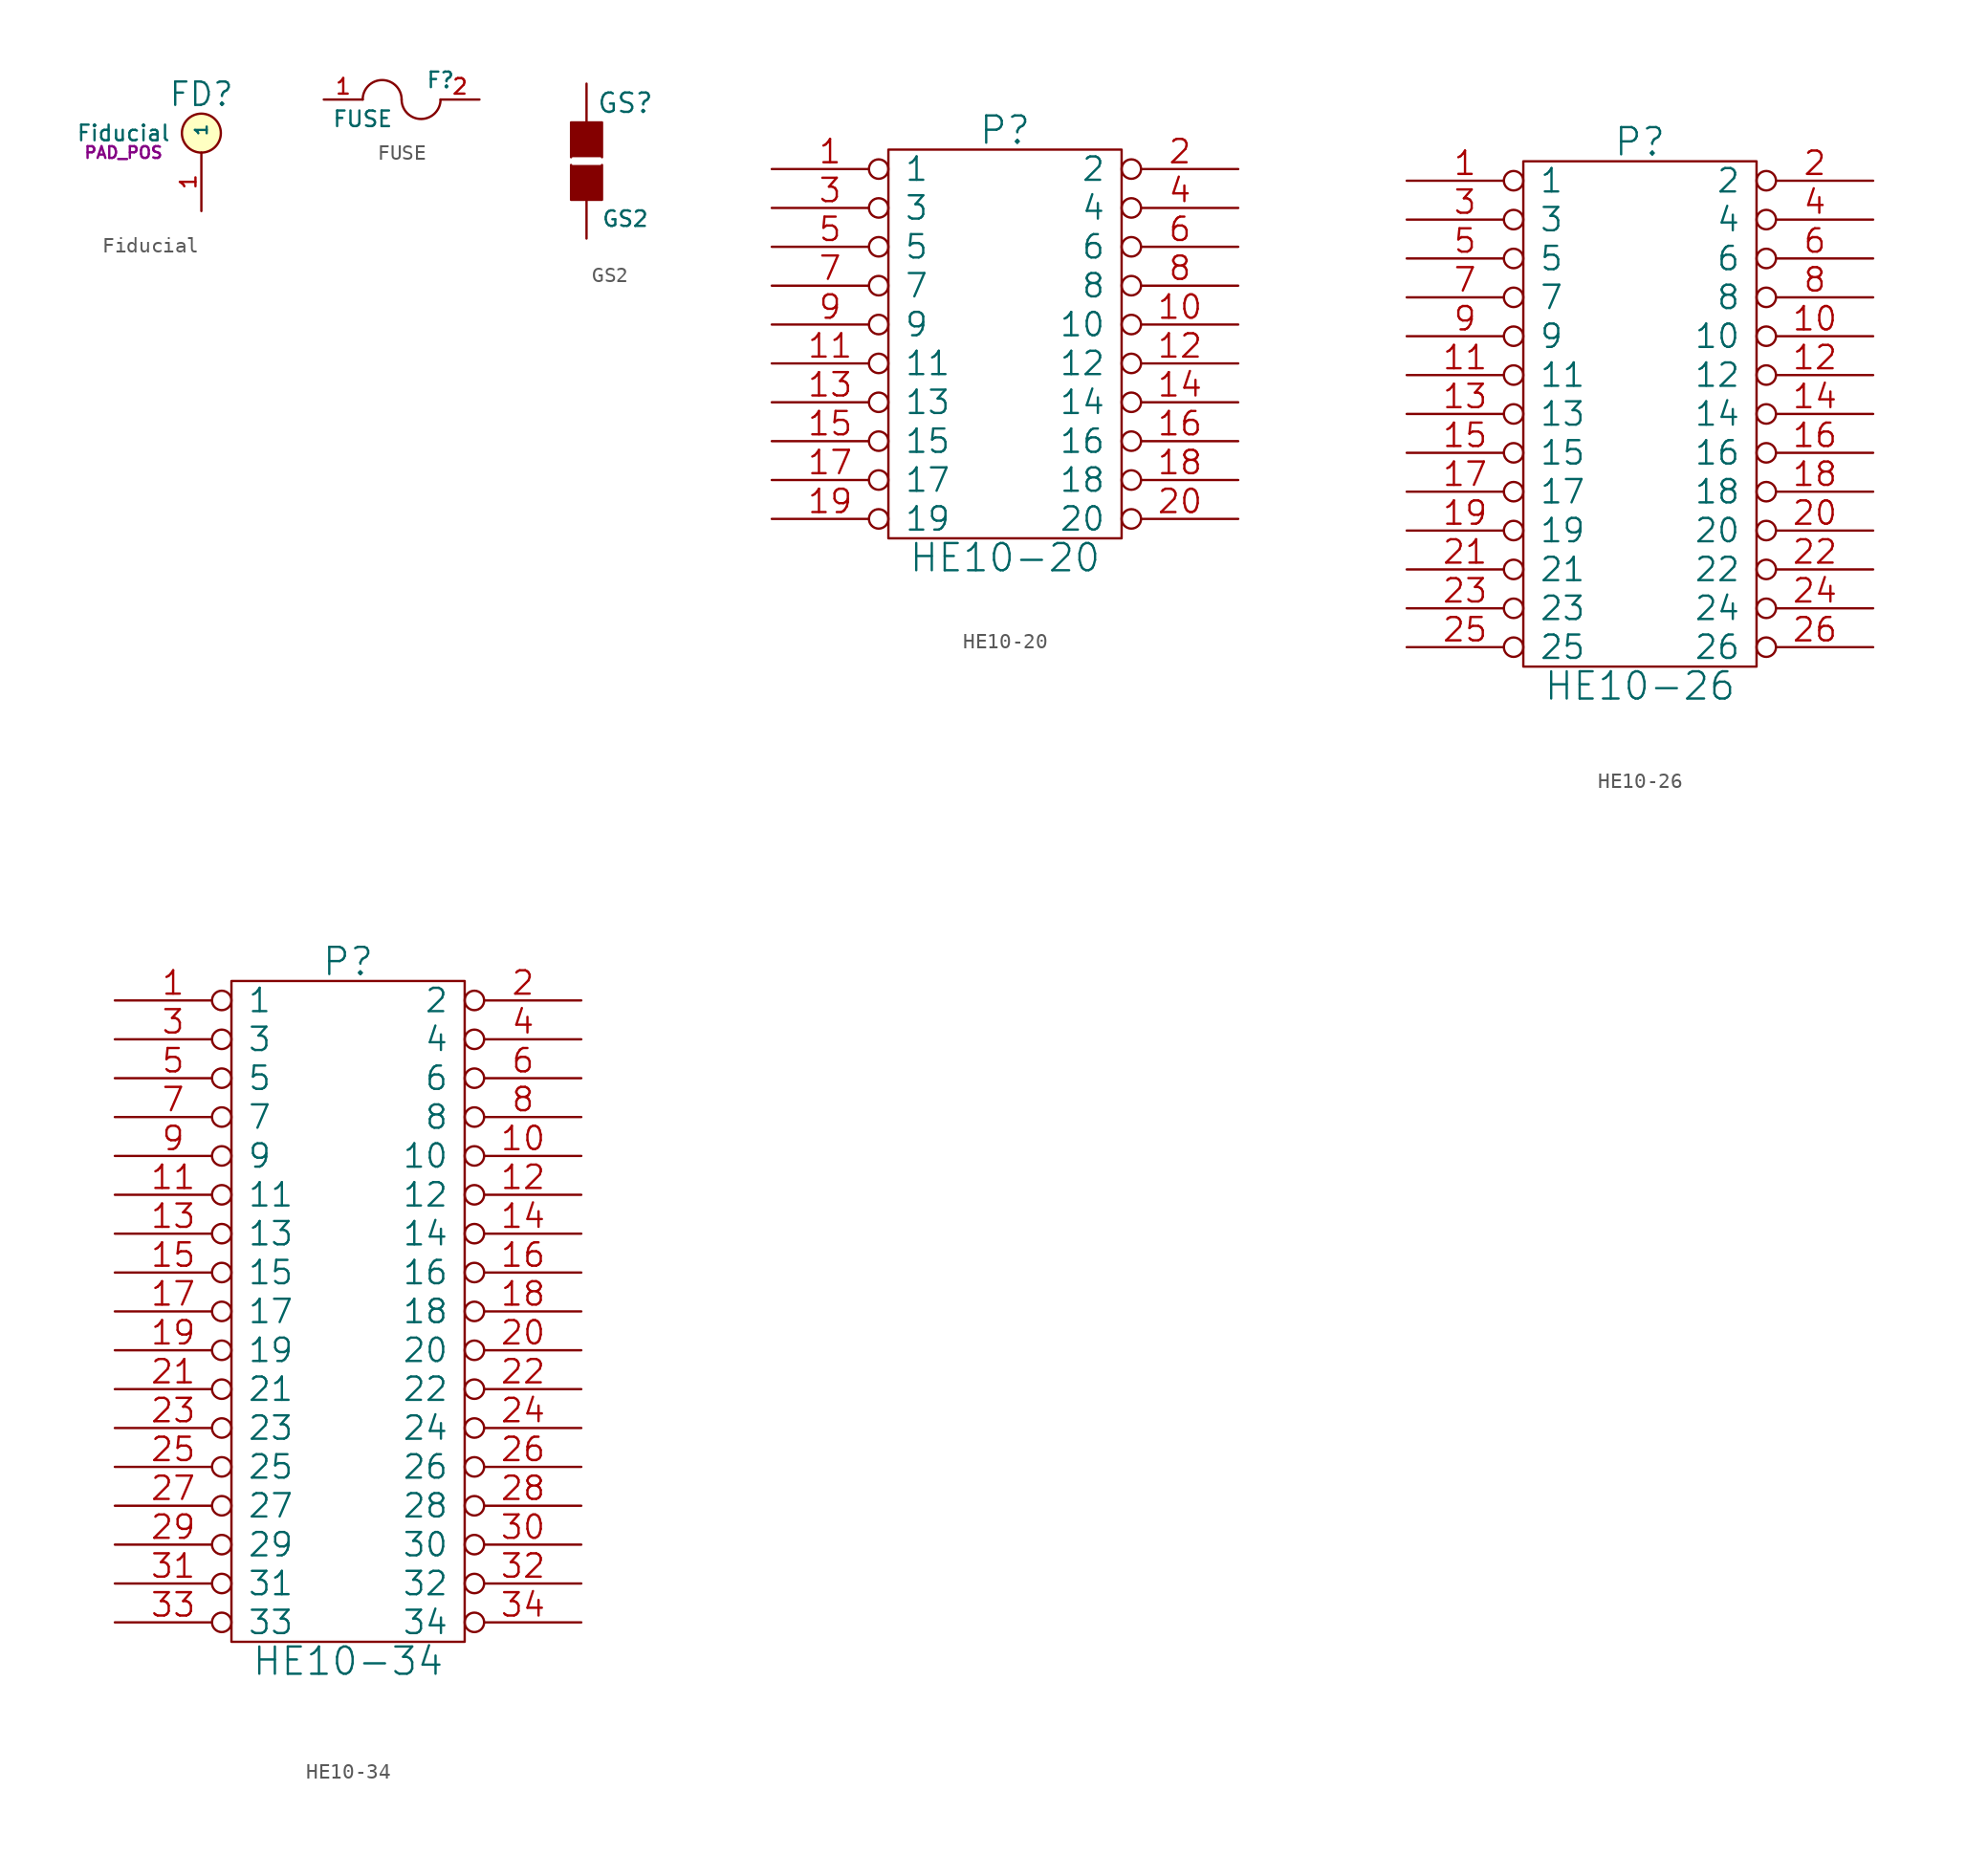
<source format=kicad_sym>
(kicad_symbol_lib
  (version 20220914)
  (generator kicad_symbol_editor)
  (symbol "Fiducial"
    (pin_names
      (offset 1.016))
    (property "Reference" "FD"
      (at 0 6.35 0)
      (effects (font (size 1.524 1.524))))
    (property "Value" "Fiducial"
      (at -5.08 3.81 0)
      (effects (font (size 1.016 1.016))))
    (property "Footprint" "PAD_POS"
      (at -5.08 2.54 0)
      (effects (font (size 0.762 0.762))))
    (property "Datasheet" ""
      (at 0 0 0)
      (effects (font (size 1.524 1.524))))
    (symbol "Fiducial_0_1"
      (circle (center 0 3.81) (radius 1.27) (stroke (width 0) (type default)) (fill (type background))))
    (symbol "Fiducial_1_1"
      (pin passive line (at 0 -1.27 90) (length 3.81) (name "1" (effects (font (size 0.762 0.762)))) (number "1" (effects (font (size 1.016 1.016)))))))
  (symbol "FUSE"
    (pin_names
      (offset 0.254))
    (property "Reference" "F"
      (at 2.54 1.27 0)
      (effects (font (size 1.016 1.016))))
    (property "Value" "FUSE"
      (at -2.54 -1.27 0)
      (effects (font (size 1.016 1.016))))
    (property "Footprint" ""
      (at 0 0 0)
      (effects (font (size 1.524 1.524))))
    (property "Datasheet" ""
      (at 0 0 0)
      (effects (font (size 1.524 1.524))))
    (symbol "FUSE_0_1"
      (arc (start 0 0) (mid -1.27 1.2645) (end -2.54 0) (stroke (width 0) (type default)) (fill (type none)))
      (arc (start 0 0) (mid 1.27 -1.2645) (end 2.54 0) (stroke (width 0) (type default)) (fill (type none))))
    (symbol "FUSE_1_1"
      (pin input line (at -5.08 0 0) (length 2.54) (name "~" (effects (font (size 1.016 1.016)))) (number "1" (effects (font (size 1.016 1.016)))))
      (pin input line (at 5.08 0 180) (length 2.54) (name "~" (effects (font (size 1.016 1.016)))) (number "2" (effects (font (size 1.016 1.016)))))))
  (symbol "GS2"
    (pin_numbers hide)
    (pin_names
      (offset 1.016) hide)
    (property "Reference" "GS"
      (at 2.54 3.81 0)
      (effects (font (size 1.27 1.27))))
    (property "Value" "GS2"
      (at 2.54 -3.785 0)
      (effects (font (size 1.016 1.016))))
    (property "Footprint" ""
      (at 0 0 0)
      (effects (font (size 1.524 1.524))))
    (property "Datasheet" ""
      (at 0 0 0)
      (effects (font (size 1.524 1.524))))
    (symbol "GS2_0_1"
      (polyline (pts (xy -1.016 -0.254) (xy -1.016 -2.54) (xy 1.016 -2.54) (xy 1.016 -0.254)) (stroke (width 0) (type default)) (fill (type outline)))
      (polyline (pts (xy -1.016 0.254) (xy -1.016 2.54) (xy 1.016 2.54) (xy 1.016 0.254)) (stroke (width 0) (type default)) (fill (type outline))))
    (symbol "GS2_1_1"
      (pin passive line (at 0 5.08 270) (length 2.54) (name "G1" (effects (font (size 1.524 1.524)))) (number "1" (effects (font (size 1.524 1.524)))))
      (pin passive line (at 0 -5.08 90) (length 2.54) (name "G2" (effects (font (size 1.524 1.524)))) (number "2" (effects (font (size 1.524 1.524)))))))
  (symbol "HE10-20"
    (pin_names
      (offset 1.016))
    (property "Reference" "P"
      (at 0 13.97 0)
      (effects (font (size 1.778 1.778))))
    (property "Value" "HE10-20"
      (at 0 -13.97 0)
      (effects (font (size 1.778 1.778))))
    (property "Footprint" ""
      (at 0 0 0)
      (effects (font (size 1.524 1.524))))
    (property "Datasheet" ""
      (at 0 0 0)
      (effects (font (size 1.524 1.524))))
    (symbol "HE10-20_0_1"
      (rectangle (start -7.62 12.7) (end 7.62 -12.7) (stroke (width 0) (type default)) (fill (type none))))
    (symbol "HE10-20_1_1"
      (pin passive inverted (at -15.24 11.43 0) (length 7.62) (name "1" (effects (font (size 1.524 1.524)))) (number "1" (effects (font (size 1.524 1.524)))))
      (pin passive inverted (at 15.24 1.27 180) (length 7.62) (name "10" (effects (font (size 1.524 1.524)))) (number "10" (effects (font (size 1.524 1.524)))))
      (pin passive inverted (at -15.24 -1.27 0) (length 7.62) (name "11" (effects (font (size 1.524 1.524)))) (number "11" (effects (font (size 1.524 1.524)))))
      (pin passive inverted (at 15.24 -1.27 180) (length 7.62) (name "12" (effects (font (size 1.524 1.524)))) (number "12" (effects (font (size 1.524 1.524)))))
      (pin passive inverted (at -15.24 -3.81 0) (length 7.62) (name "13" (effects (font (size 1.524 1.524)))) (number "13" (effects (font (size 1.524 1.524)))))
      (pin passive inverted (at 15.24 -3.81 180) (length 7.62) (name "14" (effects (font (size 1.524 1.524)))) (number "14" (effects (font (size 1.524 1.524)))))
      (pin passive inverted (at -15.24 -6.35 0) (length 7.62) (name "15" (effects (font (size 1.524 1.524)))) (number "15" (effects (font (size 1.524 1.524)))))
      (pin passive inverted (at 15.24 -6.35 180) (length 7.62) (name "16" (effects (font (size 1.524 1.524)))) (number "16" (effects (font (size 1.524 1.524)))))
      (pin passive inverted (at -15.24 -8.89 0) (length 7.62) (name "17" (effects (font (size 1.524 1.524)))) (number "17" (effects (font (size 1.524 1.524)))))
      (pin passive inverted (at 15.24 -8.89 180) (length 7.62) (name "18" (effects (font (size 1.524 1.524)))) (number "18" (effects (font (size 1.524 1.524)))))
      (pin passive inverted (at -15.24 -11.43 0) (length 7.62) (name "19" (effects (font (size 1.524 1.524)))) (number "19" (effects (font (size 1.524 1.524)))))
      (pin passive inverted (at 15.24 11.43 180) (length 7.62) (name "2" (effects (font (size 1.524 1.524)))) (number "2" (effects (font (size 1.524 1.524)))))
      (pin passive inverted (at 15.24 -11.43 180) (length 7.62) (name "20" (effects (font (size 1.524 1.524)))) (number "20" (effects (font (size 1.524 1.524)))))
      (pin passive inverted (at -15.24 8.89 0) (length 7.62) (name "3" (effects (font (size 1.524 1.524)))) (number "3" (effects (font (size 1.524 1.524)))))
      (pin passive inverted (at 15.24 8.89 180) (length 7.62) (name "4" (effects (font (size 1.524 1.524)))) (number "4" (effects (font (size 1.524 1.524)))))
      (pin passive inverted (at -15.24 6.35 0) (length 7.62) (name "5" (effects (font (size 1.524 1.524)))) (number "5" (effects (font (size 1.524 1.524)))))
      (pin passive inverted (at 15.24 6.35 180) (length 7.62) (name "6" (effects (font (size 1.524 1.524)))) (number "6" (effects (font (size 1.524 1.524)))))
      (pin passive inverted (at -15.24 3.81 0) (length 7.62) (name "7" (effects (font (size 1.524 1.524)))) (number "7" (effects (font (size 1.524 1.524)))))
      (pin passive inverted (at 15.24 3.81 180) (length 7.62) (name "8" (effects (font (size 1.524 1.524)))) (number "8" (effects (font (size 1.524 1.524)))))
      (pin passive inverted (at -15.24 1.27 0) (length 7.62) (name "9" (effects (font (size 1.524 1.524)))) (number "9" (effects (font (size 1.524 1.524)))))))
  (symbol "HE10-26"
    (pin_names
      (offset 1.016))
    (property "Reference" "P"
      (at 0 19.05 0)
      (effects (font (size 1.778 1.778))))
    (property "Value" "HE10-26"
      (at 0 -16.51 0)
      (effects (font (size 1.778 1.778))))
    (property "Footprint" ""
      (at 0 0 0)
      (effects (font (size 1.524 1.524))))
    (property "Datasheet" ""
      (at 0 0 0)
      (effects (font (size 1.524 1.524))))
    (symbol "HE10-26_0_1"
      (rectangle (start -7.62 17.78) (end 7.62 -15.24) (stroke (width 0) (type default)) (fill (type none))))
    (symbol "HE10-26_1_1"
      (pin passive inverted (at -15.24 16.51 0) (length 7.62) (name "1" (effects (font (size 1.524 1.524)))) (number "1" (effects (font (size 1.524 1.524)))))
      (pin passive inverted (at 15.24 6.35 180) (length 7.62) (name "10" (effects (font (size 1.524 1.524)))) (number "10" (effects (font (size 1.524 1.524)))))
      (pin passive inverted (at -15.24 3.81 0) (length 7.62) (name "11" (effects (font (size 1.524 1.524)))) (number "11" (effects (font (size 1.524 1.524)))))
      (pin passive inverted (at 15.24 3.81 180) (length 7.62) (name "12" (effects (font (size 1.524 1.524)))) (number "12" (effects (font (size 1.524 1.524)))))
      (pin passive inverted (at -15.24 1.27 0) (length 7.62) (name "13" (effects (font (size 1.524 1.524)))) (number "13" (effects (font (size 1.524 1.524)))))
      (pin passive inverted (at 15.24 1.27 180) (length 7.62) (name "14" (effects (font (size 1.524 1.524)))) (number "14" (effects (font (size 1.524 1.524)))))
      (pin passive inverted (at -15.24 -1.27 0) (length 7.62) (name "15" (effects (font (size 1.524 1.524)))) (number "15" (effects (font (size 1.524 1.524)))))
      (pin passive inverted (at 15.24 -1.27 180) (length 7.62) (name "16" (effects (font (size 1.524 1.524)))) (number "16" (effects (font (size 1.524 1.524)))))
      (pin passive inverted (at -15.24 -3.81 0) (length 7.62) (name "17" (effects (font (size 1.524 1.524)))) (number "17" (effects (font (size 1.524 1.524)))))
      (pin passive inverted (at 15.24 -3.81 180) (length 7.62) (name "18" (effects (font (size 1.524 1.524)))) (number "18" (effects (font (size 1.524 1.524)))))
      (pin passive inverted (at -15.24 -6.35 0) (length 7.62) (name "19" (effects (font (size 1.524 1.524)))) (number "19" (effects (font (size 1.524 1.524)))))
      (pin passive inverted (at 15.24 16.51 180) (length 7.62) (name "2" (effects (font (size 1.524 1.524)))) (number "2" (effects (font (size 1.524 1.524)))))
      (pin passive inverted (at 15.24 -6.35 180) (length 7.62) (name "20" (effects (font (size 1.524 1.524)))) (number "20" (effects (font (size 1.524 1.524)))))
      (pin passive inverted (at -15.24 -8.89 0) (length 7.62) (name "21" (effects (font (size 1.524 1.524)))) (number "21" (effects (font (size 1.524 1.524)))))
      (pin passive inverted (at 15.24 -8.89 180) (length 7.62) (name "22" (effects (font (size 1.524 1.524)))) (number "22" (effects (font (size 1.524 1.524)))))
      (pin passive inverted (at -15.24 -11.43 0) (length 7.62) (name "23" (effects (font (size 1.524 1.524)))) (number "23" (effects (font (size 1.524 1.524)))))
      (pin passive inverted (at 15.24 -11.43 180) (length 7.62) (name "24" (effects (font (size 1.524 1.524)))) (number "24" (effects (font (size 1.524 1.524)))))
      (pin passive inverted (at -15.24 -13.97 0) (length 7.62) (name "25" (effects (font (size 1.524 1.524)))) (number "25" (effects (font (size 1.524 1.524)))))
      (pin passive inverted (at 15.24 -13.97 180) (length 7.62) (name "26" (effects (font (size 1.524 1.524)))) (number "26" (effects (font (size 1.524 1.524)))))
      (pin passive inverted (at -15.24 13.97 0) (length 7.62) (name "3" (effects (font (size 1.524 1.524)))) (number "3" (effects (font (size 1.524 1.524)))))
      (pin passive inverted (at 15.24 13.97 180) (length 7.62) (name "4" (effects (font (size 1.524 1.524)))) (number "4" (effects (font (size 1.524 1.524)))))
      (pin passive inverted (at -15.24 11.43 0) (length 7.62) (name "5" (effects (font (size 1.524 1.524)))) (number "5" (effects (font (size 1.524 1.524)))))
      (pin passive inverted (at 15.24 11.43 180) (length 7.62) (name "6" (effects (font (size 1.524 1.524)))) (number "6" (effects (font (size 1.524 1.524)))))
      (pin passive inverted (at -15.24 8.89 0) (length 7.62) (name "7" (effects (font (size 1.524 1.524)))) (number "7" (effects (font (size 1.524 1.524)))))
      (pin passive inverted (at 15.24 8.89 180) (length 7.62) (name "8" (effects (font (size 1.524 1.524)))) (number "8" (effects (font (size 1.524 1.524)))))
      (pin passive inverted (at -15.24 6.35 0) (length 7.62) (name "9" (effects (font (size 1.524 1.524)))) (number "9" (effects (font (size 1.524 1.524)))))))
  (symbol "HE10-34"
    (pin_names
      (offset 1.016))
    (property "Reference" "P"
      (at 0 22.86 0)
      (effects (font (size 1.778 1.778))))
    (property "Value" "HE10-34"
      (at 0 -22.86 0)
      (effects (font (size 1.778 1.778))))
    (property "Footprint" ""
      (at 0 0 0)
      (effects (font (size 1.524 1.524))))
    (property "Datasheet" ""
      (at 0 0 0)
      (effects (font (size 1.524 1.524))))
    (symbol "HE10-34_0_1"
      (rectangle (start -7.62 21.59) (end 7.62 -21.59) (stroke (width 0) (type default)) (fill (type none))))
    (symbol "HE10-34_1_1"
      (pin passive inverted (at -15.24 20.32 0) (length 7.62) (name "1" (effects (font (size 1.524 1.524)))) (number "1" (effects (font (size 1.524 1.524)))))
      (pin passive inverted (at 15.24 10.16 180) (length 7.62) (name "10" (effects (font (size 1.524 1.524)))) (number "10" (effects (font (size 1.524 1.524)))))
      (pin passive inverted (at -15.24 7.62 0) (length 7.62) (name "11" (effects (font (size 1.524 1.524)))) (number "11" (effects (font (size 1.524 1.524)))))
      (pin passive inverted (at 15.24 7.62 180) (length 7.62) (name "12" (effects (font (size 1.524 1.524)))) (number "12" (effects (font (size 1.524 1.524)))))
      (pin passive inverted (at -15.24 5.08 0) (length 7.62) (name "13" (effects (font (size 1.524 1.524)))) (number "13" (effects (font (size 1.524 1.524)))))
      (pin passive inverted (at 15.24 5.08 180) (length 7.62) (name "14" (effects (font (size 1.524 1.524)))) (number "14" (effects (font (size 1.524 1.524)))))
      (pin passive inverted (at -15.24 2.54 0) (length 7.62) (name "15" (effects (font (size 1.524 1.524)))) (number "15" (effects (font (size 1.524 1.524)))))
      (pin passive inverted (at 15.24 2.54 180) (length 7.62) (name "16" (effects (font (size 1.524 1.524)))) (number "16" (effects (font (size 1.524 1.524)))))
      (pin passive inverted (at -15.24 0 0) (length 7.62) (name "17" (effects (font (size 1.524 1.524)))) (number "17" (effects (font (size 1.524 1.524)))))
      (pin passive inverted (at 15.24 0 180) (length 7.62) (name "18" (effects (font (size 1.524 1.524)))) (number "18" (effects (font (size 1.524 1.524)))))
      (pin passive inverted (at -15.24 -2.54 0) (length 7.62) (name "19" (effects (font (size 1.524 1.524)))) (number "19" (effects (font (size 1.524 1.524)))))
      (pin passive inverted (at 15.24 20.32 180) (length 7.62) (name "2" (effects (font (size 1.524 1.524)))) (number "2" (effects (font (size 1.524 1.524)))))
      (pin passive inverted (at 15.24 -2.54 180) (length 7.62) (name "20" (effects (font (size 1.524 1.524)))) (number "20" (effects (font (size 1.524 1.524)))))
      (pin passive inverted (at -15.24 -5.08 0) (length 7.62) (name "21" (effects (font (size 1.524 1.524)))) (number "21" (effects (font (size 1.524 1.524)))))
      (pin passive inverted (at 15.24 -5.08 180) (length 7.62) (name "22" (effects (font (size 1.524 1.524)))) (number "22" (effects (font (size 1.524 1.524)))))
      (pin passive inverted (at -15.24 -7.62 0) (length 7.62) (name "23" (effects (font (size 1.524 1.524)))) (number "23" (effects (font (size 1.524 1.524)))))
      (pin passive inverted (at 15.24 -7.62 180) (length 7.62) (name "24" (effects (font (size 1.524 1.524)))) (number "24" (effects (font (size 1.524 1.524)))))
      (pin passive inverted (at -15.24 -10.16 0) (length 7.62) (name "25" (effects (font (size 1.524 1.524)))) (number "25" (effects (font (size 1.524 1.524)))))
      (pin passive inverted (at 15.24 -10.16 180) (length 7.62) (name "26" (effects (font (size 1.524 1.524)))) (number "26" (effects (font (size 1.524 1.524)))))
      (pin passive inverted (at -15.24 -12.7 0) (length 7.62) (name "27" (effects (font (size 1.524 1.524)))) (number "27" (effects (font (size 1.524 1.524)))))
      (pin passive inverted (at 15.24 -12.7 180) (length 7.62) (name "28" (effects (font (size 1.524 1.524)))) (number "28" (effects (font (size 1.524 1.524)))))
      (pin passive inverted (at -15.24 -15.24 0) (length 7.62) (name "29" (effects (font (size 1.524 1.524)))) (number "29" (effects (font (size 1.524 1.524)))))
      (pin passive inverted (at -15.24 17.78 0) (length 7.62) (name "3" (effects (font (size 1.524 1.524)))) (number "3" (effects (font (size 1.524 1.524)))))
      (pin passive inverted (at 15.24 -15.24 180) (length 7.62) (name "30" (effects (font (size 1.524 1.524)))) (number "30" (effects (font (size 1.524 1.524)))))
      (pin passive inverted (at -15.24 -17.78 0) (length 7.62) (name "31" (effects (font (size 1.524 1.524)))) (number "31" (effects (font (size 1.524 1.524)))))
      (pin passive inverted (at 15.24 -17.78 180) (length 7.62) (name "32" (effects (font (size 1.524 1.524)))) (number "32" (effects (font (size 1.524 1.524)))))
      (pin passive inverted (at -15.24 -20.32 0) (length 7.62) (name "33" (effects (font (size 1.524 1.524)))) (number "33" (effects (font (size 1.524 1.524)))))
      (pin passive inverted (at 15.24 -20.32 180) (length 7.62) (name "34" (effects (font (size 1.524 1.524)))) (number "34" (effects (font (size 1.524 1.524)))))
      (pin passive inverted (at 15.24 17.78 180) (length 7.62) (name "4" (effects (font (size 1.524 1.524)))) (number "4" (effects (font (size 1.524 1.524)))))
      (pin passive inverted (at -15.24 15.24 0) (length 7.62) (name "5" (effects (font (size 1.524 1.524)))) (number "5" (effects (font (size 1.524 1.524)))))
      (pin passive inverted (at 15.24 15.24 180) (length 7.62) (name "6" (effects (font (size 1.524 1.524)))) (number "6" (effects (font (size 1.524 1.524)))))
      (pin passive inverted (at -15.24 12.7 0) (length 7.62) (name "7" (effects (font (size 1.524 1.524)))) (number "7" (effects (font (size 1.524 1.524)))))
      (pin passive inverted (at 15.24 12.7 180) (length 7.62) (name "8" (effects (font (size 1.524 1.524)))) (number "8" (effects (font (size 1.524 1.524)))))
      (pin passive inverted (at -15.24 10.16 0) (length 7.62) (name "9" (effects (font (size 1.524 1.524)))) (number "9" (effects (font (size 1.524 1.524))))))))
</source>
